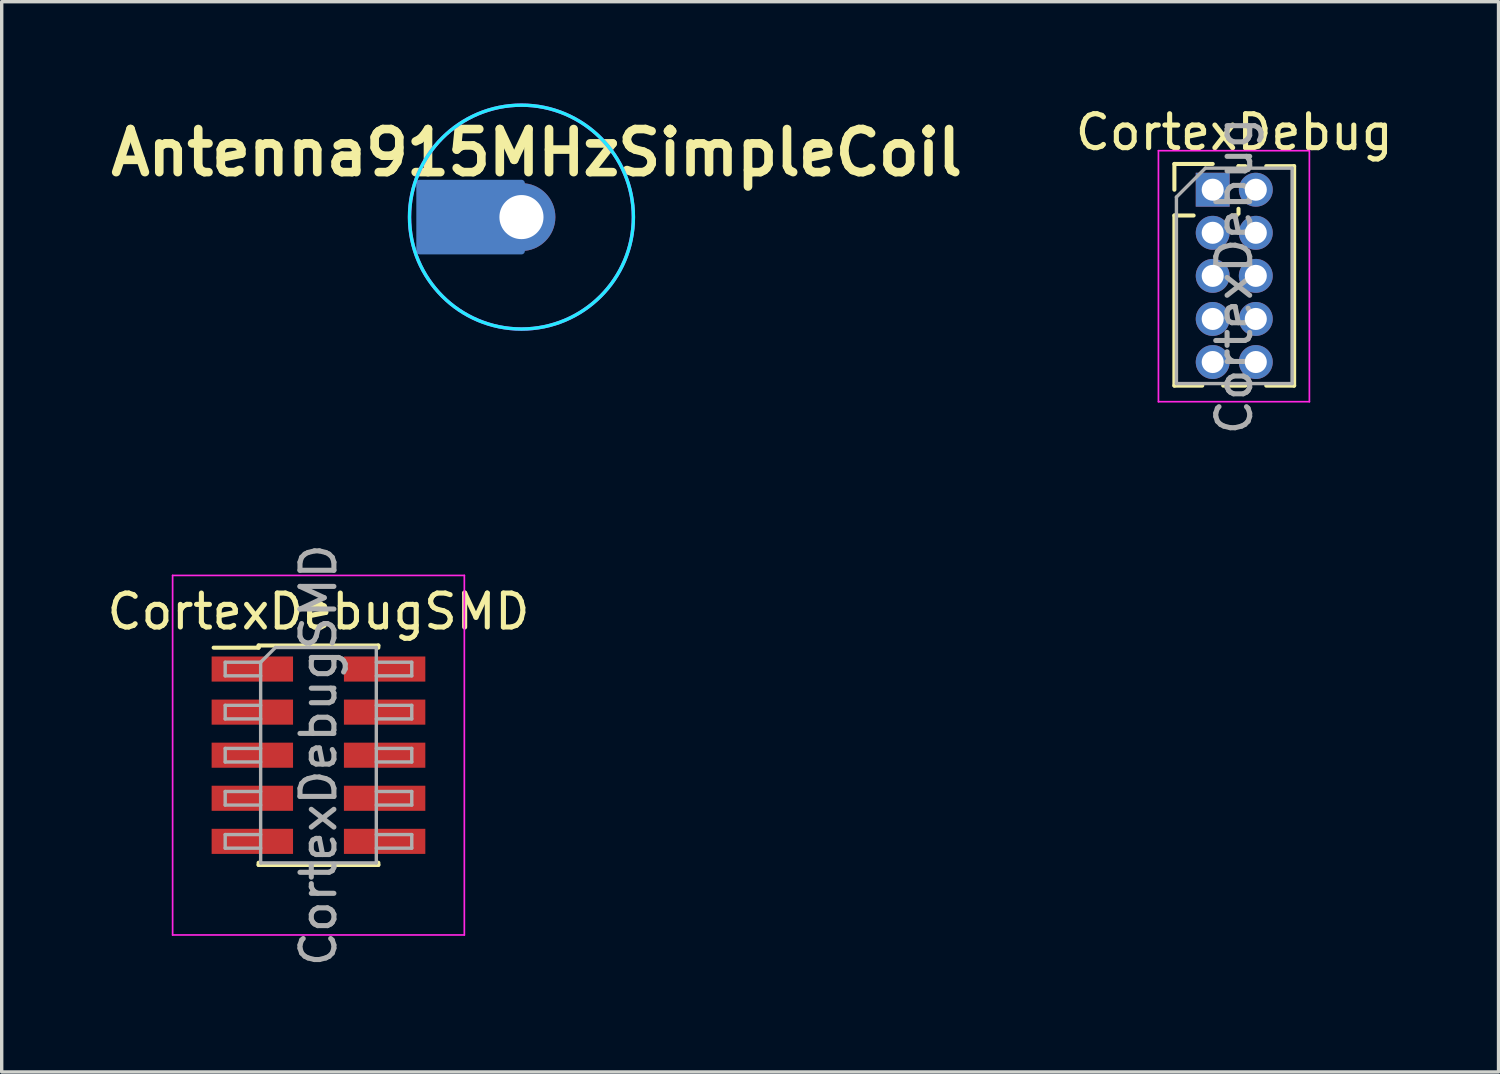
<source format=kicad_pcb>
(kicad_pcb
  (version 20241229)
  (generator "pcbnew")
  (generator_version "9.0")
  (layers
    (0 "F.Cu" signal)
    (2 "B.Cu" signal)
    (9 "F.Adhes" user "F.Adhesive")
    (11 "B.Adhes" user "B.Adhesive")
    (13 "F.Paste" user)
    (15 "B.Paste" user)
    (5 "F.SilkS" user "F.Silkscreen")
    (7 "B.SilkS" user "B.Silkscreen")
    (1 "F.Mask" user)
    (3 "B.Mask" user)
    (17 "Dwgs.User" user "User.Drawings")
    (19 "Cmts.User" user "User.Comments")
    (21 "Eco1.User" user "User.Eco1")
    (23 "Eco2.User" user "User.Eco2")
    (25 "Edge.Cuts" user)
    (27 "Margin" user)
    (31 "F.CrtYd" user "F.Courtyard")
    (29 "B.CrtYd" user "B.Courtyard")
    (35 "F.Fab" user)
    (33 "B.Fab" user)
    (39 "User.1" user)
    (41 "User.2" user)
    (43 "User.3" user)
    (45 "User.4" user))
  (footprint "CortexDebugSMD"
    (layer "F.Cu")
    (at 6.339 19.214)
    (property "Reference" "CortexDebugSMD" (at 0 -4.235 0) (layer "F.SilkS") (effects (font (size 1 1) (thickness 0.15))))
    (attr smd)
    (fp_line (start -3.09 -3.17) (end -1.765 -3.17) (stroke (width 0.12) (type solid)) (layer "F.SilkS"))
    (fp_line (start -1.765 -3.235) (end -1.765 -3.17) (stroke (width 0.12) (type solid)) (layer "F.SilkS"))
    (fp_line (start -1.765 -3.235) (end 1.765 -3.235) (stroke (width 0.12) (type solid)) (layer "F.SilkS"))
    (fp_line (start -1.765 3.17) (end -1.765 3.235) (stroke (width 0.12) (type solid)) (layer "F.SilkS"))
    (fp_line (start -1.765 3.235) (end 1.765 3.235) (stroke (width 0.12) (type solid)) (layer "F.SilkS"))
    (fp_line (start 1.765 -3.235) (end 1.765 -3.17) (stroke (width 0.12) (type solid)) (layer "F.SilkS"))
    (fp_line (start 1.765 3.17) (end 1.765 3.235) (stroke (width 0.12) (type solid)) (layer "F.SilkS"))
    (fp_line (start -4.3 -5.3) (end -4.3 5.3) (stroke (width 0.05) (type solid)) (layer "F.CrtYd"))
    (fp_line (start -4.3 5.3) (end 4.3 5.3) (stroke (width 0.05) (type solid)) (layer "F.CrtYd"))
    (fp_line (start 4.3 -5.3) (end -4.3 -5.3) (stroke (width 0.05) (type solid)) (layer "F.CrtYd"))
    (fp_line (start 4.3 5.3) (end 4.3 -5.3) (stroke (width 0.05) (type solid)) (layer "F.CrtYd"))
    (fp_line (start -2.75 -2.74) (end -2.75 -2.34) (stroke (width 0.1) (type solid)) (layer "F.Fab"))
    (fp_line (start -2.75 -2.34) (end -1.705 -2.34) (stroke (width 0.1) (type solid)) (layer "F.Fab"))
    (fp_line (start -2.75 -1.47) (end -2.75 -1.07) (stroke (width 0.1) (type solid)) (layer "F.Fab"))
    (fp_line (start -2.75 -1.07) (end -1.705 -1.07) (stroke (width 0.1) (type solid)) (layer "F.Fab"))
    (fp_line (start -2.75 -0.2) (end -2.75 0.2) (stroke (width 0.1) (type solid)) (layer "F.Fab"))
    (fp_line (start -2.75 0.2) (end -1.705 0.2) (stroke (width 0.1) (type solid)) (layer "F.Fab"))
    (fp_line (start -2.75 1.07) (end -2.75 1.47) (stroke (width 0.1) (type solid)) (layer "F.Fab"))
    (fp_line (start -2.75 1.47) (end -1.705 1.47) (stroke (width 0.1) (type solid)) (layer "F.Fab"))
    (fp_line (start -2.75 2.34) (end -2.75 2.74) (stroke (width 0.1) (type solid)) (layer "F.Fab"))
    (fp_line (start -2.75 2.74) (end -1.705 2.74) (stroke (width 0.1) (type solid)) (layer "F.Fab"))
    (fp_line (start -1.705 -2.74) (end -2.75 -2.74) (stroke (width 0.1) (type solid)) (layer "F.Fab"))
    (fp_line (start -1.705 -2.74) (end -1.27 -3.175) (stroke (width 0.1) (type solid)) (layer "F.Fab"))
    (fp_line (start -1.705 -1.47) (end -2.75 -1.47) (stroke (width 0.1) (type solid)) (layer "F.Fab"))
    (fp_line (start -1.705 -0.2) (end -2.75 -0.2) (stroke (width 0.1) (type solid)) (layer "F.Fab"))
    (fp_line (start -1.705 1.07) (end -2.75 1.07) (stroke (width 0.1) (type solid)) (layer "F.Fab"))
    (fp_line (start -1.705 2.34) (end -2.75 2.34) (stroke (width 0.1) (type solid)) (layer "F.Fab"))
    (fp_line (start -1.705 3.175) (end -1.705 -2.74) (stroke (width 0.1) (type solid)) (layer "F.Fab"))
    (fp_line (start -1.27 -3.175) (end 1.705 -3.175) (stroke (width 0.1) (type solid)) (layer "F.Fab"))
    (fp_line (start 1.705 -3.175) (end 1.705 3.175) (stroke (width 0.1) (type solid)) (layer "F.Fab"))
    (fp_line (start 1.705 -2.74) (end 2.75 -2.74) (stroke (width 0.1) (type solid)) (layer "F.Fab"))
    (fp_line (start 1.705 -1.47) (end 2.75 -1.47) (stroke (width 0.1) (type solid)) (layer "F.Fab"))
    (fp_line (start 1.705 -0.2) (end 2.75 -0.2) (stroke (width 0.1) (type solid)) (layer "F.Fab"))
    (fp_line (start 1.705 1.07) (end 2.75 1.07) (stroke (width 0.1) (type solid)) (layer "F.Fab"))
    (fp_line (start 1.705 2.34) (end 2.75 2.34) (stroke (width 0.1) (type solid)) (layer "F.Fab"))
    (fp_line (start 1.705 3.175) (end -1.705 3.175) (stroke (width 0.1) (type solid)) (layer "F.Fab"))
    (fp_line (start 2.75 -2.74) (end 2.75 -2.34) (stroke (width 0.1) (type solid)) (layer "F.Fab"))
    (fp_line (start 2.75 -2.34) (end 1.705 -2.34) (stroke (width 0.1) (type solid)) (layer "F.Fab"))
    (fp_line (start 2.75 -1.47) (end 2.75 -1.07) (stroke (width 0.1) (type solid)) (layer "F.Fab"))
    (fp_line (start 2.75 -1.07) (end 1.705 -1.07) (stroke (width 0.1) (type solid)) (layer "F.Fab"))
    (fp_line (start 2.75 -0.2) (end 2.75 0.2) (stroke (width 0.1) (type solid)) (layer "F.Fab"))
    (fp_line (start 2.75 0.2) (end 1.705 0.2) (stroke (width 0.1) (type solid)) (layer "F.Fab"))
    (fp_line (start 2.75 1.07) (end 2.75 1.47) (stroke (width 0.1) (type solid)) (layer "F.Fab"))
    (fp_line (start 2.75 1.47) (end 1.705 1.47) (stroke (width 0.1) (type solid)) (layer "F.Fab"))
    (fp_line (start 2.75 2.34) (end 2.75 2.74) (stroke (width 0.1) (type solid)) (layer "F.Fab"))
    (fp_line (start 2.75 2.74) (end 1.705 2.74) (stroke (width 0.1) (type solid)) (layer "F.Fab"))
    (fp_text user "${REFERENCE}" (at 0 0 90) (layer "F.Fab") (effects (font (size 1 1) (thickness 0.15))))
    (pad "1" smd rect (at -1.95 -2.54) (size 2.4 0.74) (layers "F.Cu" "F.Mask" "F.Paste"))
    (pad "2" smd rect (at 1.95 -2.54) (size 2.4 0.74) (layers "F.Cu" "F.Mask" "F.Paste"))
    (pad "3" smd rect (at -1.95 -1.27) (size 2.4 0.74) (layers "F.Cu" "F.Mask" "F.Paste"))
    (pad "4" smd rect (at 1.95 -1.27) (size 2.4 0.74) (layers "F.Cu" "F.Mask" "F.Paste"))
    (pad "5" smd rect (at -1.95 0) (size 2.4 0.74) (layers "F.Cu" "F.Mask" "F.Paste"))
    (pad "6" smd rect (at 1.95 0) (size 2.4 0.74) (layers "F.Cu" "F.Mask" "F.Paste"))
    (pad "7" smd rect (at -1.95 1.27) (size 2.4 0.74) (layers "F.Cu" "F.Mask" "F.Paste"))
    (pad "8" smd rect (at 1.95 1.27) (size 2.4 0.74) (layers "F.Cu" "F.Mask" "F.Paste"))
    (pad "9" smd rect (at -1.95 2.54) (size 2.4 0.74) (layers "F.Cu" "F.Mask" "F.Paste"))
    (pad "10" smd rect (at 1.95 2.54) (size 2.4 0.74) (layers "F.Cu" "F.Mask" "F.Paste")))
  (footprint "Antenna915MHzSimpleCoil"
    (layer "F.Cu")
    (at 12.323 3.35)
    (property "Reference" "Antenna915MHzSimpleCoil" (at 0.45 -1.9 0) (layer "F.SilkS") (effects (font (size 1.27 1.27) (thickness 0.254))))
    (attr through_hole)
    (fp_rect (start -3 -1) (end 0 1) (stroke (width 0.2) (type solid)) (fill yes) (layer "B.Cu"))
    (fp_rect (start -3 -1) (end 0 1) (stroke (width 0.2) (type solid)) (fill yes) (layer "B.Mask"))
    (fp_circle (center 0 0) (end 3.3 0) (stroke (width 0.1) (type default)) (fill no) (layer "B.CrtYd"))
    (fp_circle (center 0 0) (end 3.3 0) (stroke (width 0.1) (type default)) (fill no) (layer "F.CrtYd"))
    (pad "1" thru_hole circle (at 0 0) (size 2 2) (drill 1.3) (layers "*.Cu" "*.Mask")))
  (footprint "CortexDebug"
    (layer "F.Cu")
    (at 32.702 2.543)
    (property "Reference" "CortexDebug" (at 0.635 -1.695 0) (layer "F.SilkS") (effects (font (size 1 1) (thickness 0.15))))
    (attr through_hole)
    (fp_line (start -1.13 -0.76) (end 0 -0.76) (stroke (width 0.12) (type solid)) (layer "F.SilkS"))
    (fp_line (start -1.13 0) (end -1.13 -0.76) (stroke (width 0.12) (type solid)) (layer "F.SilkS"))
    (fp_line (start -1.13 0.76) (end -1.13 5.775) (stroke (width 0.12) (type solid)) (layer "F.SilkS"))
    (fp_line (start -1.13 0.76) (end -0.563 0.76) (stroke (width 0.12) (type solid)) (layer "F.SilkS"))
    (fp_line (start -1.13 5.775) (end -0.308 5.775) (stroke (width 0.12) (type solid)) (layer "F.SilkS"))
    (fp_line (start 0.308 5.775) (end 0.962 5.775) (stroke (width 0.12) (type solid)) (layer "F.SilkS"))
    (fp_line (start 0.563 0.76) (end 0.707 0.76) (stroke (width 0.12) (type solid)) (layer "F.SilkS"))
    (fp_line (start 0.76 -0.695) (end 0.962 -0.695) (stroke (width 0.12) (type solid)) (layer "F.SilkS"))
    (fp_line (start 0.76 -0.563) (end 0.76 -0.695) (stroke (width 0.12) (type solid)) (layer "F.SilkS"))
    (fp_line (start 0.76 0.707) (end 0.76 0.563) (stroke (width 0.12) (type solid)) (layer "F.SilkS"))
    (fp_line (start 1.578 -0.695) (end 2.4 -0.695) (stroke (width 0.12) (type solid)) (layer "F.SilkS"))
    (fp_line (start 1.578 5.775) (end 2.4 5.775) (stroke (width 0.12) (type solid)) (layer "F.SilkS"))
    (fp_line (start 2.4 -0.695) (end 2.4 5.775) (stroke (width 0.12) (type solid)) (layer "F.SilkS"))
    (fp_line (start -1.6 -1.15) (end -1.6 6.25) (stroke (width 0.05) (type solid)) (layer "F.CrtYd"))
    (fp_line (start -1.6 6.25) (end 2.85 6.25) (stroke (width 0.05) (type solid)) (layer "F.CrtYd"))
    (fp_line (start 2.85 -1.15) (end -1.6 -1.15) (stroke (width 0.05) (type solid)) (layer "F.CrtYd"))
    (fp_line (start 2.85 6.25) (end 2.85 -1.15) (stroke (width 0.05) (type solid)) (layer "F.CrtYd"))
    (fp_line (start -1.07 0.217) (end -0.217 -0.635) (stroke (width 0.1) (type solid)) (layer "F.Fab"))
    (fp_line (start -1.07 5.715) (end -1.07 0.217) (stroke (width 0.1) (type solid)) (layer "F.Fab"))
    (fp_line (start -0.217 -0.635) (end 2.34 -0.635) (stroke (width 0.1) (type solid)) (layer "F.Fab"))
    (fp_line (start 2.34 -0.635) (end 2.34 5.715) (stroke (width 0.1) (type solid)) (layer "F.Fab"))
    (fp_line (start 2.34 5.715) (end -1.07 5.715) (stroke (width 0.1) (type solid)) (layer "F.Fab"))
    (fp_text user "${REFERENCE}" (at 0.635 2.54 90) (layer "F.Fab") (effects (font (size 1 1) (thickness 0.15))))
    (pad "1" thru_hole rect (at 0 0) (size 1 1) (drill 0.65) (layers "*.Cu" "*.Mask"))
    (pad "2" thru_hole oval (at 1.27 0) (size 1 1) (drill 0.65) (layers "*.Cu" "*.Mask"))
    (pad "3" thru_hole oval (at 0 1.27) (size 1 1) (drill 0.65) (layers "*.Cu" "*.Mask"))
    (pad "4" thru_hole oval (at 1.27 1.27) (size 1 1) (drill 0.65) (layers "*.Cu" "*.Mask"))
    (pad "5" thru_hole oval (at 0 2.54) (size 1 1) (drill 0.65) (layers "*.Cu" "*.Mask"))
    (pad "6" thru_hole oval (at 1.27 2.54) (size 1 1) (drill 0.65) (layers "*.Cu" "*.Mask"))
    (pad "7" thru_hole oval (at 0 3.81) (size 1 1) (drill 0.65) (layers "*.Cu" "*.Mask"))
    (pad "8" thru_hole oval (at 1.27 3.81) (size 1 1) (drill 0.65) (layers "*.Cu" "*.Mask"))
    (pad "9" thru_hole oval (at 0 5.08) (size 1 1) (drill 0.65) (layers "*.Cu" "*.Mask"))
    (pad "10" thru_hole oval (at 1.27 5.08) (size 1 1) (drill 0.65) (layers "*.Cu" "*.Mask")))
  (gr_rect
    (start -3 -3)
    (end 41.128 28.553)
    (stroke (width 0.1) (type default))
    (fill no)
    (layer "Edge.Cuts")))
</source>
